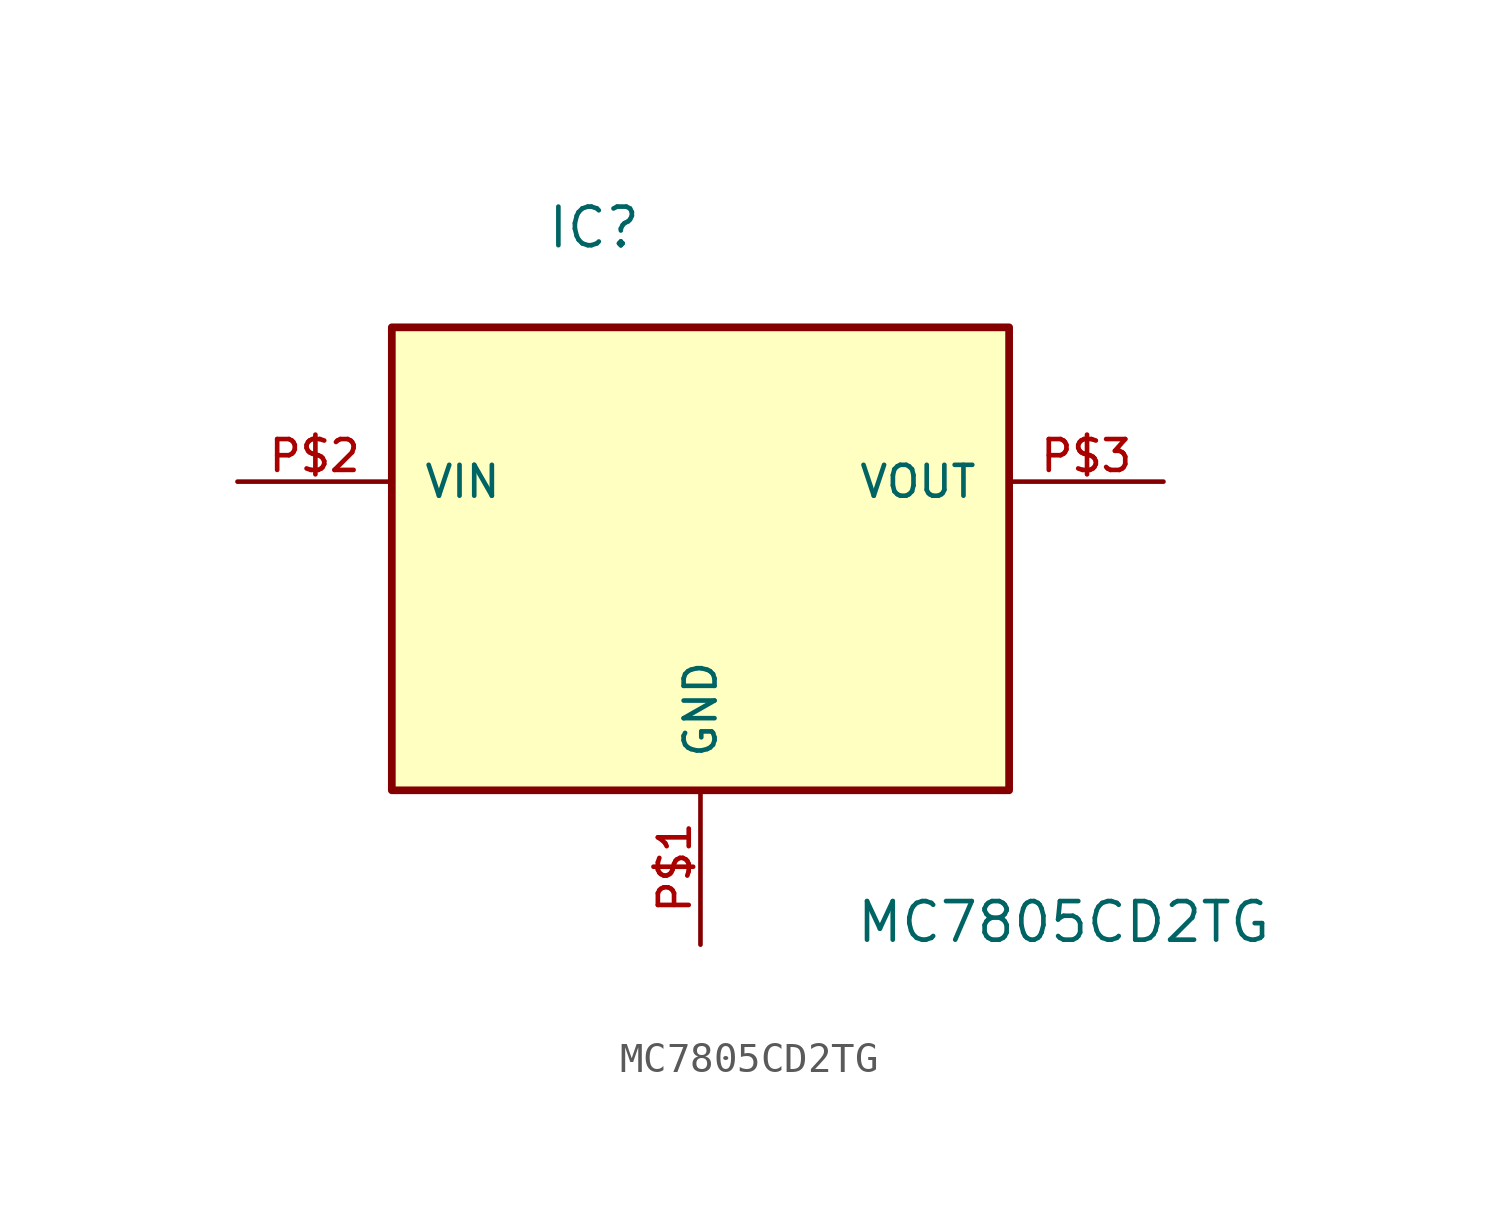
<source format=kicad_sym>
(kicad_symbol_lib
  (version 20211014)
  (generator kicad_symbol_editor)
  (symbol "MC7805CD2TG"
    (pin_names
      (offset 1.016))
    (property "Reference" "IC"
      (at -5.08 12.7 0)
      (effects (font (size 1.27 1.27)) (justify bottom left)))
    (property "Value" "MC7805CD2TG"
      (at 5.08 -10.16 0)
      (effects (font (size 1.27 1.27)) (justify bottom left)))
    (symbol "MC7805CD2TG_0_0"
      (rectangle (start -10.16 -5.08) (end 10.16 10.16) (stroke (width 0.254)) (fill (type background)))
      (pin bidirectional line (at -15.24 5.08 0) (length 5.08) (name "VIN" (effects (font (size 1.016 1.016)))) (number "P$2" (effects (font (size 1.016 1.016)))))
      (pin bidirectional line (at 15.24 5.08 180.0) (length 5.08) (name "VOUT" (effects (font (size 1.016 1.016)))) (number "P$3" (effects (font (size 1.016 1.016)))))
      (pin bidirectional line (at 0.0 -10.16 90.0) (length 5.08) (name "GND" (effects (font (size 1.016 1.016)))) (number "P$1" (effects (font (size 1.016 1.016))))))))
</source>
